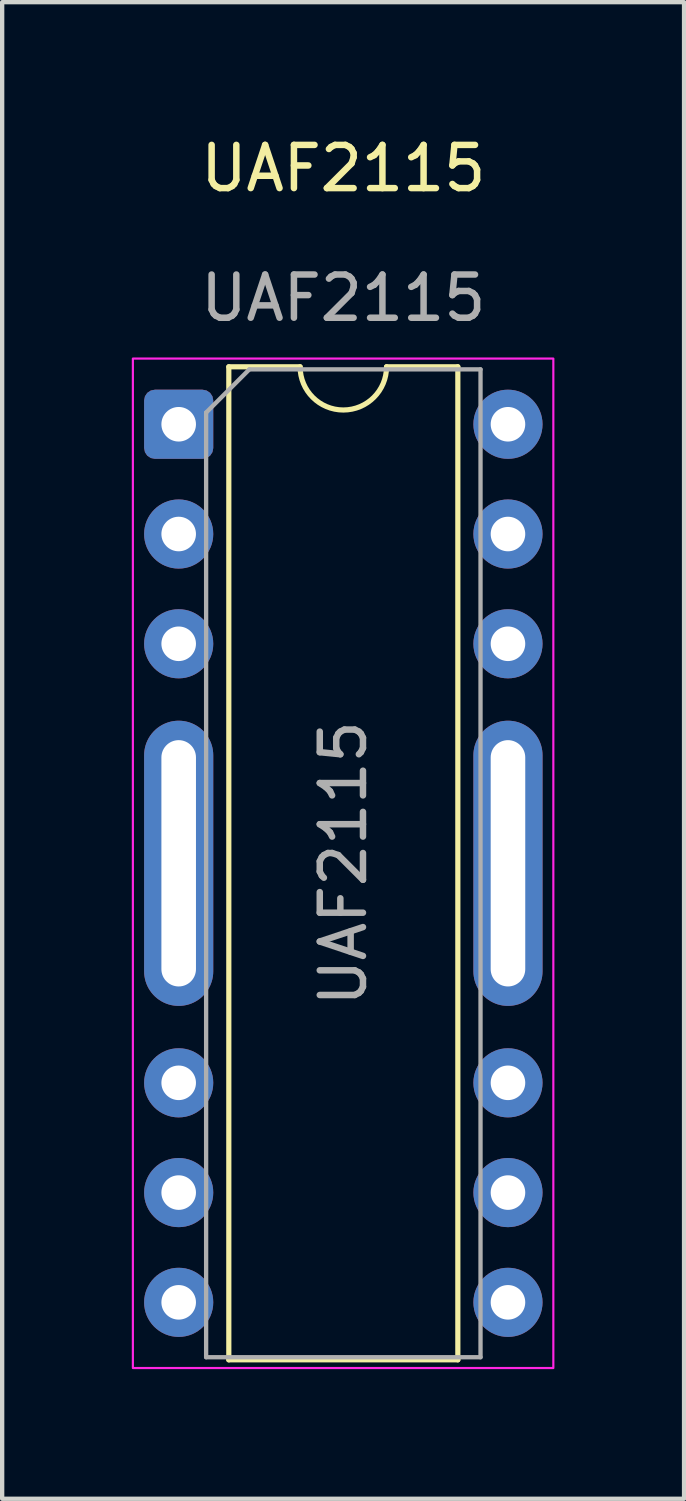
<source format=kicad_pcb>
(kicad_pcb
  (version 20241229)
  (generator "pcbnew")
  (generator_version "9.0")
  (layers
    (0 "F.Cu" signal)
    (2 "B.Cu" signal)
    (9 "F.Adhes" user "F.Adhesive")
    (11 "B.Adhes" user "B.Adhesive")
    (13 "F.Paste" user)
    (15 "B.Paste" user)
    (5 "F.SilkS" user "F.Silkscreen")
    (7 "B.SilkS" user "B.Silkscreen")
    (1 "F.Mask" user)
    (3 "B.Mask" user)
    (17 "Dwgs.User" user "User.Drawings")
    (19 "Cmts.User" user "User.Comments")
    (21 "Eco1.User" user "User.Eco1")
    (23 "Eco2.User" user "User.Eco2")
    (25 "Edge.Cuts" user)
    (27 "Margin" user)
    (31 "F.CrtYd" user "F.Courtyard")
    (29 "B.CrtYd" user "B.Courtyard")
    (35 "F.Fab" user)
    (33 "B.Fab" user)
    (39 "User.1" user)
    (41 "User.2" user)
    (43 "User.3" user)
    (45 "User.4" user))
  (footprint "UAF2115"
    (layer "F.Cu")
    (at 4.895 16.388)
    (property "Reference" "UAF2115" (at 0 -15.54 0) (unlocked yes) (layer "F.SilkS") (effects (font (size 1 1) (thickness 0.15))))
    (attr smd)
    (fp_line (start -2.65 -10.95) (end -2.65 12.03) (stroke (width 0.12) (type solid)) (layer "F.SilkS"))
    (fp_line (start -2.65 12.03) (end 2.65 12.03) (stroke (width 0.12) (type solid)) (layer "F.SilkS"))
    (fp_line (start -1 -10.95) (end -2.65 -10.95) (stroke (width 0.12) (type solid)) (layer "F.SilkS"))
    (fp_line (start 2.65 -10.95) (end 1 -10.95) (stroke (width 0.12) (type solid)) (layer "F.SilkS"))
    (fp_line (start 2.65 12.03) (end 2.65 -10.95) (stroke (width 0.12) (type solid)) (layer "F.SilkS"))
    (fp_arc (start 1 -10.95) (mid 0 -9.95) (end -1 -10.95) (stroke (width 0.12) (type solid)) (layer "F.SilkS"))
    (fp_rect (start -4.87 -11.14) (end 4.86 12.22) (stroke (width 0.05) (type solid)) (fill no) (layer "F.CrtYd"))
    (fp_line (start -3.175 -9.89) (end -2.175 -10.89) (stroke (width 0.1) (type solid)) (layer "F.Fab"))
    (fp_line (start -3.175 11.97) (end -3.175 -9.89) (stroke (width 0.1) (type solid)) (layer "F.Fab"))
    (fp_line (start -2.175 -10.89) (end 3.175 -10.89) (stroke (width 0.1) (type solid)) (layer "F.Fab"))
    (fp_line (start 3.175 -10.89) (end 3.175 11.97) (stroke (width 0.1) (type solid)) (layer "F.Fab"))
    (fp_line (start 3.175 11.97) (end -3.175 11.97) (stroke (width 0.1) (type solid)) (layer "F.Fab"))
    (fp_text user "${REFERENCE}" (at 0 -12.54 0) (unlocked yes) (layer "F.Fab") (effects (font (size 1 1) (thickness 0.15))))
    (fp_text user "${REFERENCE}" (at 0 0.54 90) (layer "F.Fab") (effects (font (size 1 1) (thickness 0.15))))
    (pad "1" thru_hole roundrect (at -3.81 -9.62) (size 1.6 1.6) (drill 0.8) (layers "*.Cu" "*.Mask") (roundrect_rratio 0.156))
    (pad "2" thru_hole circle (at -3.81 -7.08) (size 1.6 1.6) (drill 0.8) (layers "*.Cu" "*.Mask"))
    (pad "3" thru_hole circle (at -3.81 -4.54) (size 1.6 1.6) (drill 0.8) (layers "*.Cu" "*.Mask"))
    (pad "4" thru_hole circle (at -3.81 5.62) (size 1.6 1.6) (drill 0.8) (layers "*.Cu" "*.Mask"))
    (pad "5" thru_hole circle (at -3.81 8.16) (size 1.6 1.6) (drill 0.8) (layers "*.Cu" "*.Mask"))
    (pad "6" thru_hole circle (at -3.81 10.7) (size 1.6 1.6) (drill 0.8) (layers "*.Cu" "*.Mask"))
    (pad "7" thru_hole circle (at 3.81 10.7) (size 1.6 1.6) (drill 0.8) (layers "*.Cu" "*.Mask"))
    (pad "8" thru_hole circle (at 3.81 8.16) (size 1.6 1.6) (drill 0.8) (layers "*.Cu" "*.Mask"))
    (pad "9" thru_hole circle (at 3.81 5.62) (size 1.6 1.6) (drill 0.8) (layers "*.Cu" "*.Mask"))
    (pad "10" thru_hole circle (at 3.81 -4.54) (size 1.6 1.6) (drill 0.8) (layers "*.Cu" "*.Mask"))
    (pad "11" thru_hole circle (at 3.81 -7.08) (size 1.6 1.6) (drill 0.8) (layers "*.Cu" "*.Mask"))
    (pad "12" thru_hole circle (at 3.81 -9.62) (size 1.6 1.6) (drill 0.8) (layers "*.Cu" "*.Mask"))
    (pad "13" thru_hole oval (at -3.81 0.54) (size 1.6 6.6) (drill oval 0.8 5.7) (layers "*.Cu" "*.Mask"))
    (pad "13" thru_hole oval (at 3.81 0.54) (size 1.6 6.6) (drill oval 0.8 5.7) (layers "*.Cu" "*.Mask")))
  (gr_rect
    (start -3 -3)
    (end 12.78 31.633)
    (stroke (width 0.1) (type default))
    (fill no)
    (layer "Edge.Cuts")))
</source>
